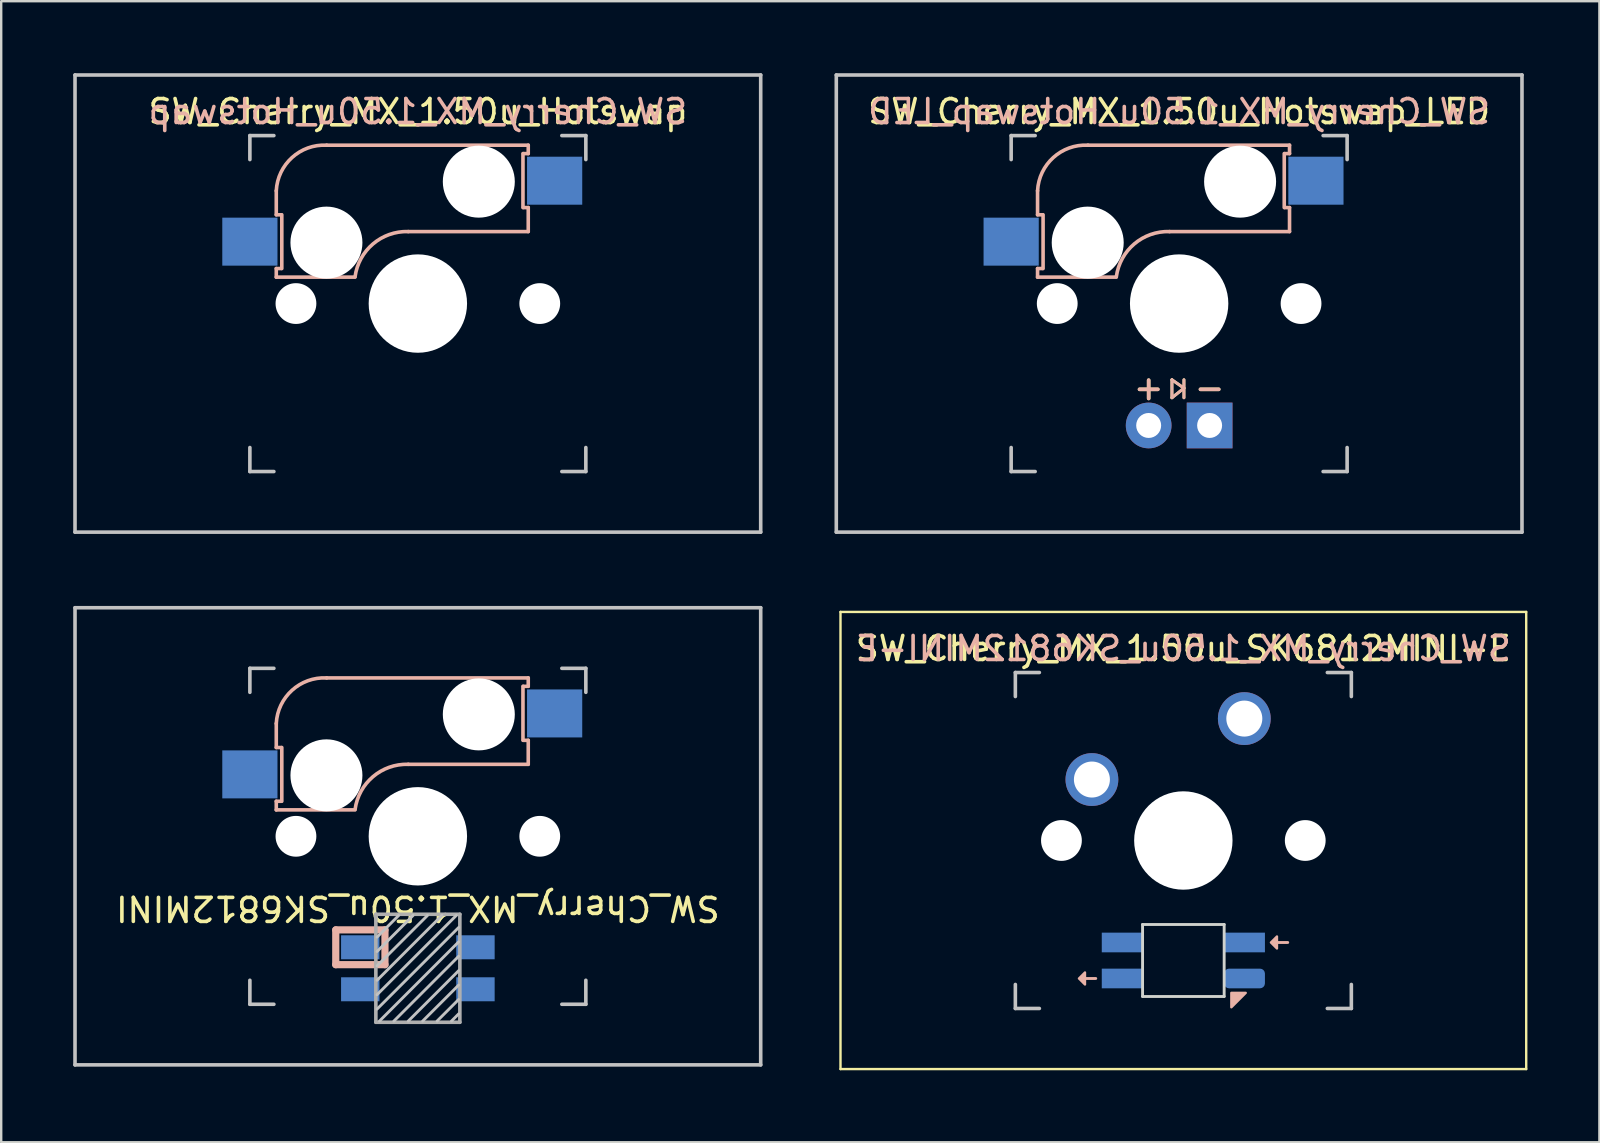
<source format=kicad_pcb>
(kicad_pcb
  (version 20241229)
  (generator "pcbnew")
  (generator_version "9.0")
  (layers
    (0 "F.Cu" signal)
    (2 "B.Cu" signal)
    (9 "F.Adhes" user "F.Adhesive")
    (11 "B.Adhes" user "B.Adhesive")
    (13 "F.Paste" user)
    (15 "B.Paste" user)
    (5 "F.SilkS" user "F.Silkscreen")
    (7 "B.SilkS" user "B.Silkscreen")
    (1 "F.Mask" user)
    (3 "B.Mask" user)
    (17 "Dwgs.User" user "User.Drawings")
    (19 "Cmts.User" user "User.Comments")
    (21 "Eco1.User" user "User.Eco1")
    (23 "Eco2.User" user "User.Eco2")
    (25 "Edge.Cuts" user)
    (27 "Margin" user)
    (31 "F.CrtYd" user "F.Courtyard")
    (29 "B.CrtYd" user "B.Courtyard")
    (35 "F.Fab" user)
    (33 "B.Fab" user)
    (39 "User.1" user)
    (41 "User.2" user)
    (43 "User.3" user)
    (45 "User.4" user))
  (footprint "SW_Cherry_MX_1.50u_Hotswap"
    (layer "F.Cu")
    (at 14.363 9.6)
    (property "Reference" "SW_Cherry_MX_1.50u_Hotswap" (at 0 -8 0) (unlocked yes) (layer "F.SilkS") (effects (font (size 1 1) (thickness 0.15))))
    (attr through_hole)
    (fp_line (start -5.9 -4.7) (end -5.9 -3.7) (stroke (width 0.15) (type solid)) (layer "B.SilkS"))
    (fp_line (start -5.9 -3.7) (end -5.7 -3.7) (stroke (width 0.15) (type solid)) (layer "B.SilkS"))
    (fp_line (start -5.9 -1.1) (end -5.9 -1.46) (stroke (width 0.15) (type solid)) (layer "B.SilkS"))
    (fp_line (start -5.9 -1.1) (end -2.62 -1.1) (stroke (width 0.15) (type solid)) (layer "B.SilkS"))
    (fp_line (start -5.7 -1.46) (end -5.9 -1.46) (stroke (width 0.15) (type solid)) (layer "B.SilkS"))
    (fp_line (start -5.67 -3.7) (end -5.67 -1.46) (stroke (width 0.15) (type solid)) (layer "B.SilkS"))
    (fp_line (start -0.4 -3) (end 4.6 -3) (stroke (width 0.15) (type solid)) (layer "B.SilkS"))
    (fp_line (start 4.38 -4) (end 4.38 -6.25) (stroke (width 0.15) (type solid)) (layer "B.SilkS"))
    (fp_line (start 4.4 -6.25) (end 4.6 -6.25) (stroke (width 0.15) (type solid)) (layer "B.SilkS"))
    (fp_line (start 4.6 -6.6) (end -3.8 -6.6) (stroke (width 0.15) (type solid)) (layer "B.SilkS"))
    (fp_line (start 4.6 -6.25) (end 4.6 -6.6) (stroke (width 0.15) (type solid)) (layer "B.SilkS"))
    (fp_line (start 4.6 -4) (end 4.4 -4) (stroke (width 0.15) (type solid)) (layer "B.SilkS"))
    (fp_line (start 4.6 -3) (end 4.6 -4) (stroke (width 0.15) (type solid)) (layer "B.SilkS"))
    (fp_arc (start -5.9 -4.699999) (mid -5.243504 -6.084924) (end -3.800001 -6.6) (stroke (width 0.15) (type solid)) (layer "B.SilkS"))
    (fp_arc (start -2.616318 -1.121471) (mid -1.868709 -2.486118) (end -0.4 -3) (stroke (width 0.15) (type solid)) (layer "B.SilkS"))
    (fp_line (start -14.287 -9.525) (end 14.287 -9.525) (stroke (width 0.15) (type solid)) (layer "Dwgs.User"))
    (fp_line (start -14.287 9.525) (end -14.287 -9.525) (stroke (width 0.15) (type solid)) (layer "Dwgs.User"))
    (fp_line (start -7 -7) (end -6 -7) (stroke (width 0.15) (type solid)) (layer "Dwgs.User"))
    (fp_line (start -7 -6) (end -7 -7) (stroke (width 0.15) (type solid)) (layer "Dwgs.User"))
    (fp_line (start -7 6) (end -7 7) (stroke (width 0.15) (type solid)) (layer "Dwgs.User"))
    (fp_line (start -7 7) (end -6 7) (stroke (width 0.15) (type solid)) (layer "Dwgs.User"))
    (fp_line (start 6 7) (end 7 7) (stroke (width 0.15) (type solid)) (layer "Dwgs.User"))
    (fp_line (start 7 -7) (end 6 -7) (stroke (width 0.15) (type solid)) (layer "Dwgs.User"))
    (fp_line (start 7 -7) (end 7 -6) (stroke (width 0.15) (type solid)) (layer "Dwgs.User"))
    (fp_line (start 7 7) (end 7 6) (stroke (width 0.15) (type solid)) (layer "Dwgs.User"))
    (fp_line (start 14.287 -9.525) (end 14.287 9.525) (stroke (width 0.15) (type solid)) (layer "Dwgs.User"))
    (fp_line (start 14.287 9.525) (end -14.287 9.525) (stroke (width 0.15) (type solid)) (layer "Dwgs.User"))
    (fp_line (start -6.985 -6.985) (end 6.985 -6.985) (stroke (width 0.05) (type solid)) (layer "Eco1.User"))
    (fp_line (start -6.985 6.985) (end -6.985 -6.985) (stroke (width 0.05) (type solid)) (layer "Eco1.User"))
    (fp_line (start 6.985 -6.985) (end 6.985 6.985) (stroke (width 0.05) (type solid)) (layer "Eco1.User"))
    (fp_line (start 6.985 6.985) (end -6.985 6.985) (stroke (width 0.05) (type solid)) (layer "Eco1.User"))
    (fp_text user "${REFERENCE}" (at 0 -8 0) (layer "B.SilkS") (effects (font (size 1 1) (thickness 0.15)) (justify mirror)))
    (pad "" np_thru_hole circle (at -5.08 0) (size 1.7 1.7) (drill 1.7) (layers "*.Cu" "*.Mask"))
    (pad "" np_thru_hole circle (at -3.81 -2.54 180) (size 3 3) (drill 3) (layers "*.Cu" "*.Mask"))
    (pad "" np_thru_hole circle (at 0 0 90) (size 4.1 4.1) (drill 4.1) (layers "*.Cu" "*.Mask"))
    (pad "" np_thru_hole circle (at 2.54 -5.08 180) (size 3 3) (drill 3) (layers "*.Cu" "*.Mask"))
    (pad "" np_thru_hole circle (at 5.08 0) (size 1.7 1.7) (drill 1.7) (layers "*.Cu" "*.Mask"))
    (pad "1" smd rect (at -7 -2.58 180) (size 2.3 2) (layers "B.Cu" "B.Mask" "B.Paste"))
    (pad "2" smd rect (at 5.7 -5.12 180) (size 2.3 2) (layers "B.Cu" "B.Mask" "B.Paste")))
  (footprint "SW_Cherry_MX_1.50u_SK6812MINI-E"
    (layer "F.Cu")
    (at 31.975 22.45)
    (property "Reference" "SW_Cherry_MX_1.50u_SK6812MINI-E" (at 14.287 1.525 0) (unlocked yes) (layer "F.SilkS") (effects (font (size 1 1) (thickness 0.15))))
    (attr through_hole)
    (fp_line (start 0 0) (end 28.575 0) (stroke (width 0.1) (type solid)) (layer "F.SilkS"))
    (fp_line (start 0 19.05) (end 0 0) (stroke (width 0.1) (type solid)) (layer "F.SilkS"))
    (fp_line (start 28.575 0) (end 28.575 19.05) (stroke (width 0.1) (type solid)) (layer "F.SilkS"))
    (fp_line (start 28.575 19.05) (end 0 19.05) (stroke (width 0.1) (type solid)) (layer "F.SilkS"))
    (fp_line (start 10.188 15.275) (end 10.637 15.275) (stroke (width 0.12) (type solid)) (layer "B.SilkS"))
    (fp_line (start 18.188 13.775) (end 18.637 13.775) (stroke (width 0.12) (type solid)) (layer "B.SilkS"))
    (fp_poly (pts (xy 10.188 15.025) (xy 9.938 15.275) (xy 10.188 15.525)) (stroke (width 0.1) (type solid)) (fill yes) (layer "B.SilkS"))
    (fp_poly (pts (xy 16.288 16.475) (xy 16.288 15.875) (xy 16.887 15.875)) (stroke (width 0.1) (type solid)) (fill yes) (layer "B.SilkS"))
    (fp_poly (pts (xy 18.188 13.525) (xy 17.938 13.775) (xy 18.188 14.025)) (stroke (width 0.1) (type solid)) (fill yes) (layer "B.SilkS"))
    (fp_line (start 7.287 2.525) (end 8.287 2.525) (stroke (width 0.15) (type solid)) (layer "Dwgs.User"))
    (fp_line (start 7.287 3.525) (end 7.287 2.525) (stroke (width 0.15) (type solid)) (layer "Dwgs.User"))
    (fp_line (start 7.287 15.525) (end 7.287 16.525) (stroke (width 0.15) (type solid)) (layer "Dwgs.User"))
    (fp_line (start 7.287 16.525) (end 8.287 16.525) (stroke (width 0.15) (type solid)) (layer "Dwgs.User"))
    (fp_line (start 20.288 16.525) (end 21.288 16.525) (stroke (width 0.15) (type solid)) (layer "Dwgs.User"))
    (fp_line (start 21.288 2.525) (end 20.288 2.525) (stroke (width 0.15) (type solid)) (layer "Dwgs.User"))
    (fp_line (start 21.288 2.525) (end 21.288 3.525) (stroke (width 0.15) (type solid)) (layer "Dwgs.User"))
    (fp_line (start 21.288 16.525) (end 21.288 15.525) (stroke (width 0.15) (type solid)) (layer "Dwgs.User"))
    (fp_line (start 7.24 2.48) (end 21.34 2.48) (stroke (width 0.05) (type solid)) (layer "Eco1.User"))
    (fp_line (start 7.24 16.58) (end 7.24 2.48) (stroke (width 0.05) (type solid)) (layer "Eco1.User"))
    (fp_line (start 21.34 2.48) (end 21.34 16.58) (stroke (width 0.05) (type solid)) (layer "Eco1.User"))
    (fp_line (start 21.34 16.58) (end 7.24 16.58) (stroke (width 0.05) (type solid)) (layer "Eco1.User"))
    (fp_line (start 12.588 13.025) (end 15.988 13.025) (stroke (width 0.12) (type solid)) (layer "Edge.Cuts"))
    (fp_line (start 12.588 16.025) (end 12.588 13.025) (stroke (width 0.12) (type solid)) (layer "Edge.Cuts"))
    (fp_line (start 15.988 13.025) (end 15.988 16.025) (stroke (width 0.12) (type solid)) (layer "Edge.Cuts"))
    (fp_line (start 15.988 16.025) (end 12.588 16.025) (stroke (width 0.12) (type solid)) (layer "Edge.Cuts"))
    (fp_text user "${REFERENCE}" (at 14.287 1.525 0) (layer "B.SilkS") (effects (font (size 1 1) (thickness 0.15)) (justify mirror)))
    (pad "" np_thru_hole circle (at 9.207 9.525) (size 1.7 1.7) (drill 1.7) (layers "*.Cu" "*.Mask"))
    (pad "" np_thru_hole circle (at 14.287 9.525 90) (size 4.1 4.1) (drill 4.1) (layers "*.Cu" "*.Mask"))
    (pad "" np_thru_hole circle (at 19.367 9.525) (size 1.7 1.7) (drill 1.7) (layers "*.Cu" "*.Mask"))
    (pad "1" thru_hole circle (at 10.477 6.985 180) (size 2.2 2.2) (drill 1.5) (layers "*.Cu" "*.Mask"))
    (pad "2" thru_hole circle (at 16.828 4.445 180) (size 2.2 2.2) (drill 1.5) (layers "*.Cu" "*.Mask"))
    (pad "3" smd rect (at 11.738 13.775) (size 1.7 0.82) (layers "B.Cu" "B.Mask" "B.Paste"))
    (pad "4" smd rect (at 11.738 15.275) (size 1.7 0.82) (layers "B.Cu" "B.Mask" "B.Paste"))
    (pad "5" smd roundrect (at 16.837 15.275) (size 1.7 0.82) (layers "B.Cu" "B.Mask" "B.Paste") (roundrect_rratio 0.25))
    (pad "6" smd rect (at 16.837 13.775) (size 1.7 0.82) (layers "B.Cu" "B.Mask" "B.Paste")))
  (footprint "SW_Cherry_MX_1.50u_Hotswap_LED"
    (layer "F.Cu")
    (at 46.087 9.6)
    (property "Reference" "SW_Cherry_MX_1.50u_Hotswap_LED" (at 0 -8 0) (unlocked yes) (layer "F.SilkS") (effects (font (size 1 1) (thickness 0.15))))
    (attr through_hole)
    (fp_line (start -0.3 3.175) (end -0.3 3.925) (stroke (width 0.12) (type solid)) (layer "F.SilkS"))
    (fp_line (start -0.3 3.925) (end 0.2 3.525) (stroke (width 0.12) (type solid)) (layer "F.SilkS"))
    (fp_line (start 0.2 3.175) (end 0.2 3.925) (stroke (width 0.12) (type solid)) (layer "F.SilkS"))
    (fp_line (start 0.2 3.525) (end -0.3 3.175) (stroke (width 0.12) (type solid)) (layer "F.SilkS"))
    (fp_line (start -5.9 -4.7) (end -5.9 -3.7) (stroke (width 0.15) (type solid)) (layer "B.SilkS"))
    (fp_line (start -5.9 -3.7) (end -5.7 -3.7) (stroke (width 0.15) (type solid)) (layer "B.SilkS"))
    (fp_line (start -5.9 -1.1) (end -5.9 -1.46) (stroke (width 0.15) (type solid)) (layer "B.SilkS"))
    (fp_line (start -5.9 -1.1) (end -2.62 -1.1) (stroke (width 0.15) (type solid)) (layer "B.SilkS"))
    (fp_line (start -5.7 -1.46) (end -5.9 -1.46) (stroke (width 0.15) (type solid)) (layer "B.SilkS"))
    (fp_line (start -5.67 -3.7) (end -5.67 -1.46) (stroke (width 0.15) (type solid)) (layer "B.SilkS"))
    (fp_line (start -0.4 -3) (end 4.6 -3) (stroke (width 0.15) (type solid)) (layer "B.SilkS"))
    (fp_line (start -0.3 3.175) (end -0.3 3.925) (stroke (width 0.12) (type solid)) (layer "B.SilkS"))
    (fp_line (start -0.3 3.925) (end 0.2 3.525) (stroke (width 0.12) (type solid)) (layer "B.SilkS"))
    (fp_line (start 0.2 3.175) (end 0.2 3.925) (stroke (width 0.12) (type solid)) (layer "B.SilkS"))
    (fp_line (start 0.2 3.525) (end -0.3 3.175) (stroke (width 0.12) (type solid)) (layer "B.SilkS"))
    (fp_line (start 4.38 -4) (end 4.38 -6.25) (stroke (width 0.15) (type solid)) (layer "B.SilkS"))
    (fp_line (start 4.4 -6.25) (end 4.6 -6.25) (stroke (width 0.15) (type solid)) (layer "B.SilkS"))
    (fp_line (start 4.6 -6.6) (end -3.8 -6.6) (stroke (width 0.15) (type solid)) (layer "B.SilkS"))
    (fp_line (start 4.6 -6.25) (end 4.6 -6.6) (stroke (width 0.15) (type solid)) (layer "B.SilkS"))
    (fp_line (start 4.6 -4) (end 4.4 -4) (stroke (width 0.15) (type solid)) (layer "B.SilkS"))
    (fp_line (start 4.6 -3) (end 4.6 -4) (stroke (width 0.15) (type solid)) (layer "B.SilkS"))
    (fp_arc (start -5.9 -4.699999) (mid -5.243504 -6.084924) (end -3.800001 -6.6) (stroke (width 0.15) (type solid)) (layer "B.SilkS"))
    (fp_arc (start -2.616318 -1.121471) (mid -1.868709 -2.486118) (end -0.4 -3) (stroke (width 0.15) (type solid)) (layer "B.SilkS"))
    (fp_line (start -14.287 -9.525) (end 14.287 -9.525) (stroke (width 0.15) (type solid)) (layer "Dwgs.User"))
    (fp_line (start -14.287 9.525) (end -14.287 -9.525) (stroke (width 0.15) (type solid)) (layer "Dwgs.User"))
    (fp_line (start -7 -7) (end -6 -7) (stroke (width 0.15) (type solid)) (layer "Dwgs.User"))
    (fp_line (start -7 -6) (end -7 -7) (stroke (width 0.15) (type solid)) (layer "Dwgs.User"))
    (fp_line (start -7 6) (end -7 7) (stroke (width 0.15) (type solid)) (layer "Dwgs.User"))
    (fp_line (start -7 7) (end -6 7) (stroke (width 0.15) (type solid)) (layer "Dwgs.User"))
    (fp_line (start 6 7) (end 7 7) (stroke (width 0.15) (type solid)) (layer "Dwgs.User"))
    (fp_line (start 7 -7) (end 6 -7) (stroke (width 0.15) (type solid)) (layer "Dwgs.User"))
    (fp_line (start 7 -7) (end 7 -6) (stroke (width 0.15) (type solid)) (layer "Dwgs.User"))
    (fp_line (start 7 7) (end 7 6) (stroke (width 0.15) (type solid)) (layer "Dwgs.User"))
    (fp_line (start 14.287 -9.525) (end 14.287 9.525) (stroke (width 0.15) (type solid)) (layer "Dwgs.User"))
    (fp_line (start 14.287 9.525) (end -14.287 9.525) (stroke (width 0.15) (type solid)) (layer "Dwgs.User"))
    (fp_line (start -6.985 -6.985) (end 6.985 -6.985) (stroke (width 0.05) (type solid)) (layer "Eco1.User"))
    (fp_line (start -6.985 6.985) (end -6.985 -6.985) (stroke (width 0.05) (type solid)) (layer "Eco1.User"))
    (fp_line (start 6.985 -6.985) (end 6.985 6.985) (stroke (width 0.05) (type solid)) (layer "Eco1.User"))
    (fp_line (start 6.985 6.985) (end -6.985 6.985) (stroke (width 0.05) (type solid)) (layer "Eco1.User"))
    (fp_text user "+" (at -1.27 3.5 0) (layer "F.SilkS") (effects (font (size 1 1) (thickness 0.15))))
    (fp_text user "-" (at 1.27 3.5 0) (layer "F.SilkS") (effects (font (size 1 1) (thickness 0.15))))
    (fp_text user "-" (at 1.27 3.5 0) (layer "B.SilkS") (effects (font (size 1 1) (thickness 0.15))))
    (fp_text user "+" (at -1.27 3.5 0) (layer "B.SilkS") (effects (font (size 1 1) (thickness 0.15))))
    (fp_text user "${REFERENCE}" (at 0 -8 0) (layer "B.SilkS") (effects (font (size 1 1) (thickness 0.15)) (justify mirror)))
    (pad "" np_thru_hole circle (at -5.08 0) (size 1.7 1.7) (drill 1.7) (layers "*.Cu" "*.Mask"))
    (pad "" np_thru_hole circle (at -3.81 -2.54 180) (size 3 3) (drill 3) (layers "*.Cu" "*.Mask"))
    (pad "" np_thru_hole circle (at 0 0 90) (size 4.1 4.1) (drill 4.1) (layers "*.Cu" "*.Mask"))
    (pad "" np_thru_hole circle (at 2.54 -5.08 180) (size 3 3) (drill 3) (layers "*.Cu" "*.Mask"))
    (pad "" np_thru_hole circle (at 5.08 0) (size 1.7 1.7) (drill 1.7) (layers "*.Cu" "*.Mask"))
    (pad "1" smd rect (at -7 -2.58 180) (size 2.3 2) (layers "B.Cu" "B.Mask" "B.Paste"))
    (pad "2" smd rect (at 5.7 -5.12 180) (size 2.3 2) (layers "B.Cu" "B.Mask" "B.Paste"))
    (pad "3" thru_hole circle (at -1.27 5.08) (size 1.905 1.905) (drill 1.04) (layers "*.Cu" "*.Mask"))
    (pad "4" thru_hole rect (at 1.27 5.08) (size 1.905 1.905) (drill 1.04) (layers "*.Cu" "*.Mask")))
  (footprint "SW_Cherry_MX_1.50u_SK6812MINI"
    (layer "F.Cu")
    (at 14.363 31.8)
    (property "Reference" "SW_Cherry_MX_1.50u_SK6812MINI" (at 0 3 180) (unlocked yes) (layer "F.SilkS") (effects (font (size 1 1) (thickness 0.15))))
    (attr through_hole)
    (fp_line (start -5.9 -4.7) (end -5.9 -3.7) (stroke (width 0.15) (type solid)) (layer "B.SilkS"))
    (fp_line (start -5.9 -3.7) (end -5.7 -3.7) (stroke (width 0.15) (type solid)) (layer "B.SilkS"))
    (fp_line (start -5.9 -1.1) (end -5.9 -1.46) (stroke (width 0.15) (type solid)) (layer "B.SilkS"))
    (fp_line (start -5.9 -1.1) (end -2.62 -1.1) (stroke (width 0.15) (type solid)) (layer "B.SilkS"))
    (fp_line (start -5.7 -1.46) (end -5.9 -1.46) (stroke (width 0.15) (type solid)) (layer "B.SilkS"))
    (fp_line (start -5.67 -3.7) (end -5.67 -1.46) (stroke (width 0.15) (type solid)) (layer "B.SilkS"))
    (fp_line (start -3.421 3.9) (end -1.371 3.9) (stroke (width 0.3) (type solid)) (layer "B.SilkS"))
    (fp_line (start -3.421 5.35) (end -3.421 3.9) (stroke (width 0.3) (type solid)) (layer "B.SilkS"))
    (fp_line (start -1.371 3.9) (end -1.371 5.35) (stroke (width 0.3) (type solid)) (layer "B.SilkS"))
    (fp_line (start -1.371 5.35) (end -3.421 5.35) (stroke (width 0.3) (type solid)) (layer "B.SilkS"))
    (fp_line (start -0.4 -3) (end 4.6 -3) (stroke (width 0.15) (type solid)) (layer "B.SilkS"))
    (fp_line (start 4.38 -4) (end 4.38 -6.25) (stroke (width 0.15) (type solid)) (layer "B.SilkS"))
    (fp_line (start 4.4 -6.25) (end 4.6 -6.25) (stroke (width 0.15) (type solid)) (layer "B.SilkS"))
    (fp_line (start 4.6 -6.6) (end -3.8 -6.6) (stroke (width 0.15) (type solid)) (layer "B.SilkS"))
    (fp_line (start 4.6 -6.25) (end 4.6 -6.6) (stroke (width 0.15) (type solid)) (layer "B.SilkS"))
    (fp_line (start 4.6 -4) (end 4.4 -4) (stroke (width 0.15) (type solid)) (layer "B.SilkS"))
    (fp_line (start 4.6 -3) (end 4.6 -4) (stroke (width 0.15) (type solid)) (layer "B.SilkS"))
    (fp_arc (start -5.9 -4.699999) (mid -5.243504 -6.084924) (end -3.800001 -6.6) (stroke (width 0.15) (type solid)) (layer "B.SilkS"))
    (fp_arc (start -2.616318 -1.121471) (mid -1.868709 -2.486118) (end -0.4 -3) (stroke (width 0.15) (type solid)) (layer "B.SilkS"))
    (fp_line (start -14.287 -9.525) (end 14.287 -9.525) (stroke (width 0.15) (type solid)) (layer "Dwgs.User"))
    (fp_line (start -14.287 9.525) (end -14.287 -9.525) (stroke (width 0.15) (type solid)) (layer "Dwgs.User"))
    (fp_line (start -7 -7) (end -6 -7) (stroke (width 0.15) (type solid)) (layer "Dwgs.User"))
    (fp_line (start -7 -6) (end -7 -7) (stroke (width 0.15) (type solid)) (layer "Dwgs.User"))
    (fp_line (start -7 6) (end -7 7) (stroke (width 0.15) (type solid)) (layer "Dwgs.User"))
    (fp_line (start -7 7) (end -6 7) (stroke (width 0.15) (type solid)) (layer "Dwgs.User"))
    (fp_line (start -0.8 3.3) (end -1.7 4.2) (stroke (width 0.12) (type solid)) (layer "Dwgs.User"))
    (fp_line (start -0.2 3.3) (end -1.7 4.8) (stroke (width 0.12) (type solid)) (layer "Dwgs.User"))
    (fp_line (start 0.4 3.3) (end -1.7 5.4) (stroke (width 0.12) (type solid)) (layer "Dwgs.User"))
    (fp_line (start 1 3.3) (end -1.7 6) (stroke (width 0.12) (type solid)) (layer "Dwgs.User"))
    (fp_line (start 1.6 3.3) (end -1.7 6.6) (stroke (width 0.12) (type solid)) (layer "Dwgs.User"))
    (fp_line (start 1.7 3.8) (end -1.7 7.2) (stroke (width 0.12) (type solid)) (layer "Dwgs.User"))
    (fp_line (start 1.7 4.4) (end -1.6 7.7) (stroke (width 0.12) (type solid)) (layer "Dwgs.User"))
    (fp_line (start 1.7 5) (end -1 7.7) (stroke (width 0.12) (type solid)) (layer "Dwgs.User"))
    (fp_line (start 1.7 5.6) (end -0.4 7.7) (stroke (width 0.12) (type solid)) (layer "Dwgs.User"))
    (fp_line (start 1.7 6.2) (end 0.2 7.7) (stroke (width 0.12) (type solid)) (layer "Dwgs.User"))
    (fp_line (start 1.7 6.8) (end 0.8 7.7) (stroke (width 0.12) (type solid)) (layer "Dwgs.User"))
    (fp_line (start 1.7 7.4) (end 1.4 7.7) (stroke (width 0.12) (type solid)) (layer "Dwgs.User"))
    (fp_line (start 6 7) (end 7 7) (stroke (width 0.15) (type solid)) (layer "Dwgs.User"))
    (fp_line (start 7 -7) (end 6 -7) (stroke (width 0.15) (type solid)) (layer "Dwgs.User"))
    (fp_line (start 7 -7) (end 7 -6) (stroke (width 0.15) (type solid)) (layer "Dwgs.User"))
    (fp_line (start 7 7) (end 7 6) (stroke (width 0.15) (type solid)) (layer "Dwgs.User"))
    (fp_line (start 14.287 -9.525) (end 14.287 9.525) (stroke (width 0.15) (type solid)) (layer "Dwgs.User"))
    (fp_line (start 14.287 9.525) (end -14.287 9.525) (stroke (width 0.15) (type solid)) (layer "Dwgs.User"))
    (fp_line (start -1.75 3.25) (end -1.75 7.75) (stroke (width 0.15) (type solid)) (layer "F.Fab"))
    (fp_line (start -1.75 3.25) (end 1.75 3.25) (stroke (width 0.15) (type solid)) (layer "F.Fab"))
    (fp_line (start 1.75 3.25) (end 1.75 7.75) (stroke (width 0.15) (type solid)) (layer "F.Fab"))
    (fp_line (start 1.75 7.75) (end -1.75 7.75) (stroke (width 0.15) (type solid)) (layer "F.Fab"))
    (pad "" np_thru_hole circle (at -5.08 0) (size 1.7 1.7) (drill 1.7) (layers "*.Cu" "*.Mask"))
    (pad "" np_thru_hole circle (at -3.81 -2.54 180) (size 3 3) (drill 3) (layers "*.Cu" "*.Mask"))
    (pad "" np_thru_hole circle (at 0 0 90) (size 4.1 4.1) (drill 4.1) (layers "*.Cu" "*.Mask"))
    (pad "" np_thru_hole circle (at 2.54 -5.08 180) (size 3 3) (drill 3) (layers "*.Cu" "*.Mask"))
    (pad "" np_thru_hole circle (at 5.08 0) (size 1.7 1.7) (drill 1.7) (layers "*.Cu" "*.Mask"))
    (pad "1" smd rect (at -2.4 4.625) (size 1.6 1) (layers "B.Cu" "B.Mask" "B.Paste"))
    (pad "2" smd rect (at -2.4 6.375) (size 1.6 1) (layers "B.Cu" "B.Mask" "B.Paste"))
    (pad "3" smd rect (at 2.4 6.375) (size 1.6 1) (layers "B.Cu" "B.Mask" "B.Paste"))
    (pad "4" smd rect (at 2.4 4.625) (size 1.6 1) (layers "B.Cu" "B.Mask" "B.Paste"))
    (pad "5" smd rect (at -7 -2.58 180) (size 2.3 2) (layers "B.Cu" "B.Mask" "B.Paste"))
    (pad "6" smd rect (at 5.7 -5.12 180) (size 2.3 2) (layers "B.Cu" "B.Mask" "B.Paste")))
  (gr_rect
    (start -3 -3)
    (end 63.6 44.55)
    (stroke (width 0.1) (type default))
    (fill no)
    (layer "Edge.Cuts")))
</source>
